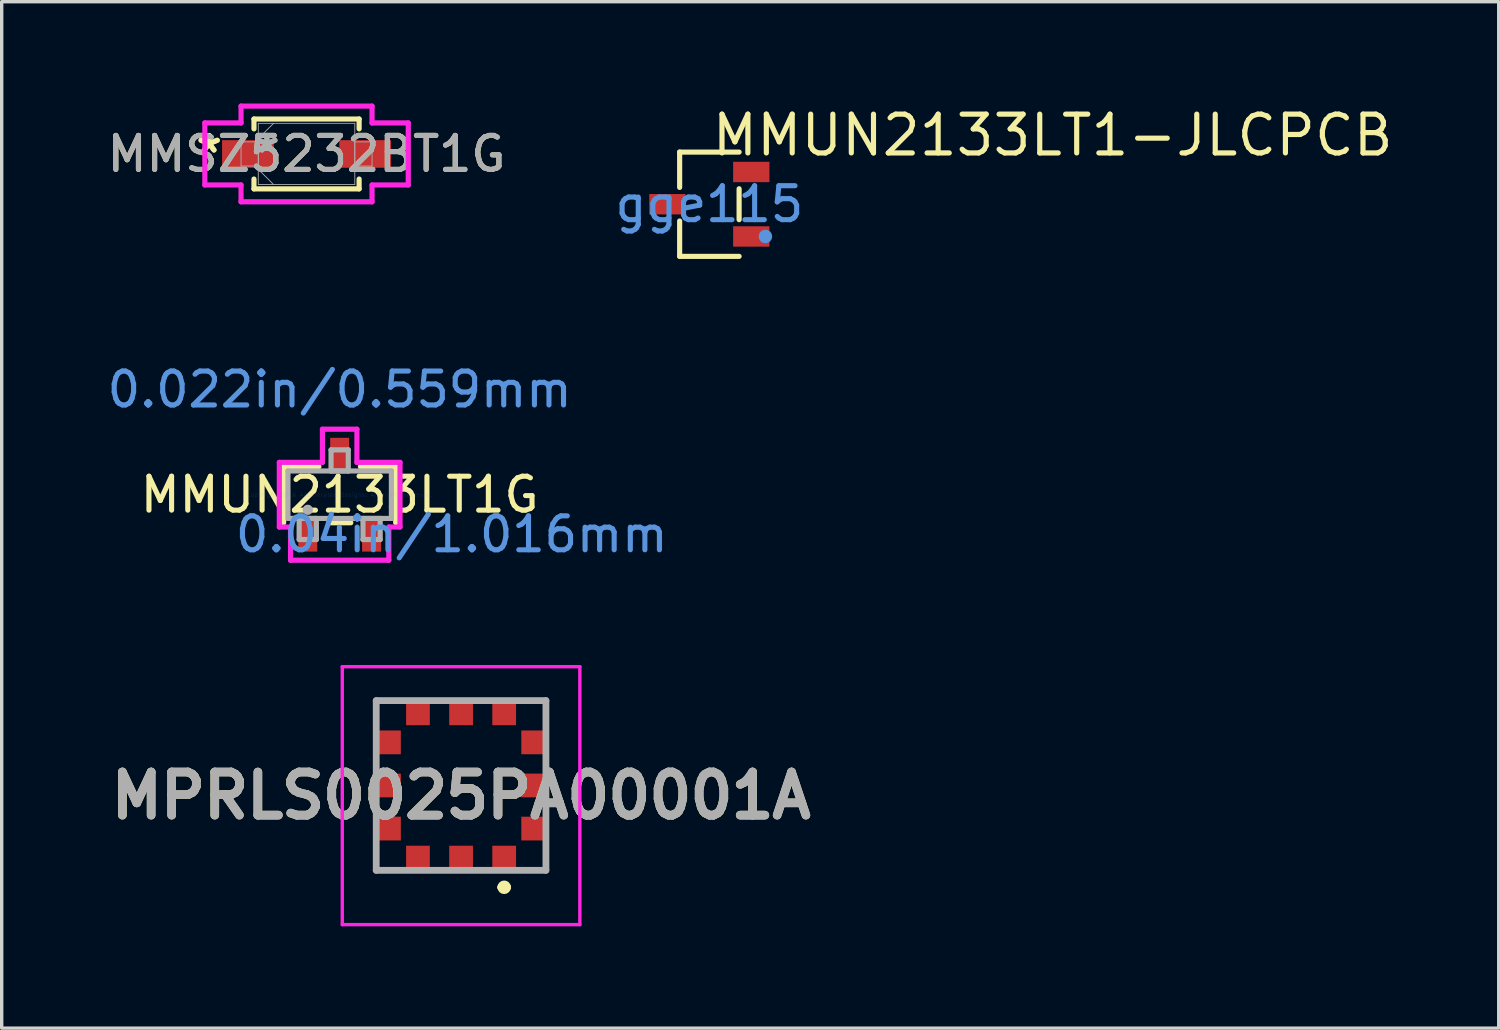
<source format=kicad_pcb>
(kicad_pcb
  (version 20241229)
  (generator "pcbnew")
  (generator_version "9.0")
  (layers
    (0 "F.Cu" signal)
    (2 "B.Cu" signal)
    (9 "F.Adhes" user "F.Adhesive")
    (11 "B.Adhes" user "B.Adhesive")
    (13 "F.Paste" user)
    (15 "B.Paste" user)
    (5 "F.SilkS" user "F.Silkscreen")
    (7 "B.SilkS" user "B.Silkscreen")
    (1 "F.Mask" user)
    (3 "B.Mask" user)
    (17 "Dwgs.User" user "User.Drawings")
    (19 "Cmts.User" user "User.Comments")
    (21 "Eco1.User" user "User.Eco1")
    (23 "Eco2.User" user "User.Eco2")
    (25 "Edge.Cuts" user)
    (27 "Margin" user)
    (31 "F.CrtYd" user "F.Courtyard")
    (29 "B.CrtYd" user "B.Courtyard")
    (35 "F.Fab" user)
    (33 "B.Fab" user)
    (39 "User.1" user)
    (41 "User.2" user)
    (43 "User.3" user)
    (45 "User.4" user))
  (footprint "MMUN2133LT1G"
    (layer "F.Cu")
    (at 6.958 11.526)
    (property "Reference" "MMUN2133LT1G" (at 0 0 0) (layer "F.SilkS") (effects (font (size 1 1) (thickness 0.15))))
    (attr through_hole)
    (fp_line (start -1.651 -0.826) (end -1.651 0.826) (stroke (width 0.152) (type solid)) (layer "F.SilkS"))
    (fp_line (start -0.612 -0.826) (end -1.651 -0.826) (stroke (width 0.152) (type solid)) (layer "F.SilkS"))
    (fp_line (start -0.328 0.826) (end 0.328 0.826) (stroke (width 0.152) (type solid)) (layer "F.SilkS"))
    (fp_line (start 1.651 -0.826) (end 0.612 -0.826) (stroke (width 0.152) (type solid)) (layer "F.SilkS"))
    (fp_line (start 1.651 0.826) (end 1.651 -0.826) (stroke (width 0.152) (type solid)) (layer "F.SilkS"))
    (fp_line (start -1.778 -0.953) (end -0.508 -0.953) (stroke (width 0.152) (type solid)) (layer "F.CrtYd"))
    (fp_line (start -1.778 0.953) (end -1.778 -0.953) (stroke (width 0.152) (type solid)) (layer "F.CrtYd"))
    (fp_line (start -1.778 0.953) (end -1.448 0.953) (stroke (width 0.152) (type solid)) (layer "F.CrtYd"))
    (fp_line (start -1.448 0.953) (end -1.448 1.93) (stroke (width 0.152) (type solid)) (layer "F.CrtYd"))
    (fp_line (start -1.448 1.93) (end 1.448 1.93) (stroke (width 0.152) (type solid)) (layer "F.CrtYd"))
    (fp_line (start -0.508 -1.93) (end 0.508 -1.93) (stroke (width 0.152) (type solid)) (layer "F.CrtYd"))
    (fp_line (start -0.508 -0.953) (end -0.508 -1.93) (stroke (width 0.152) (type solid)) (layer "F.CrtYd"))
    (fp_line (start 0.508 -0.953) (end 0.508 -1.93) (stroke (width 0.152) (type solid)) (layer "F.CrtYd"))
    (fp_line (start 1.448 0.953) (end 1.448 1.93) (stroke (width 0.152) (type solid)) (layer "F.CrtYd"))
    (fp_line (start 1.778 -0.953) (end 0.508 -0.953) (stroke (width 0.152) (type solid)) (layer "F.CrtYd"))
    (fp_line (start 1.778 -0.953) (end 1.778 0.953) (stroke (width 0.152) (type solid)) (layer "F.CrtYd"))
    (fp_line (start 1.778 0.953) (end 1.448 0.953) (stroke (width 0.152) (type solid)) (layer "F.CrtYd"))
    (fp_line (start -1.524 -0.699) (end -1.524 0.699) (stroke (width 0.152) (type solid)) (layer "F.Fab"))
    (fp_line (start -1.524 0.699) (end 1.524 0.699) (stroke (width 0.152) (type solid)) (layer "F.Fab"))
    (fp_line (start -1.194 0.699) (end -1.194 1.321) (stroke (width 0.152) (type solid)) (layer "F.Fab"))
    (fp_line (start -1.194 1.321) (end -0.686 1.321) (stroke (width 0.152) (type solid)) (layer "F.Fab"))
    (fp_line (start -0.686 0.699) (end -1.194 0.699) (stroke (width 0.152) (type solid)) (layer "F.Fab"))
    (fp_line (start -0.686 1.321) (end -0.686 0.699) (stroke (width 0.152) (type solid)) (layer "F.Fab"))
    (fp_line (start -0.254 -1.321) (end -0.254 -0.699) (stroke (width 0.152) (type solid)) (layer "F.Fab"))
    (fp_line (start -0.254 -0.699) (end 0.254 -0.699) (stroke (width 0.152) (type solid)) (layer "F.Fab"))
    (fp_line (start 0.254 -1.321) (end -0.254 -1.321) (stroke (width 0.152) (type solid)) (layer "F.Fab"))
    (fp_line (start 0.254 -0.699) (end 0.254 -1.321) (stroke (width 0.152) (type solid)) (layer "F.Fab"))
    (fp_line (start 0.686 0.699) (end 0.686 1.321) (stroke (width 0.152) (type solid)) (layer "F.Fab"))
    (fp_line (start 0.686 1.321) (end 1.194 1.321) (stroke (width 0.152) (type solid)) (layer "F.Fab"))
    (fp_line (start 1.194 0.699) (end 0.686 0.699) (stroke (width 0.152) (type solid)) (layer "F.Fab"))
    (fp_line (start 1.194 1.321) (end 1.194 0.699) (stroke (width 0.152) (type solid)) (layer "F.Fab"))
    (fp_line (start 1.524 -0.699) (end -1.524 -0.699) (stroke (width 0.152) (type solid)) (layer "F.Fab"))
    (fp_line (start 1.524 0.699) (end 1.524 -0.699) (stroke (width 0.152) (type solid)) (layer "F.Fab"))
    (fp_circle (center -0.94 0.445) (end -0.94 0.445) (stroke (width 0.152) (type solid)) (fill no) (layer "F.Fab"))
    (fp_text user "0.022in/0.559mm" (at 0 -3.099 0) (layer "Cmts.User") (effects (font (size 1 1) (thickness 0.15))))
    (fp_text user "Copyright 2016 Accelerated Designs. All rights reserved." (at 0 0 0) (layer "Cmts.User") (effects (font (size 0.127 0.127) (thickness 0.002))))
    (fp_text user "0.04in/1.016mm" (at 3.302 1.168 0) (layer "Cmts.User") (effects (font (size 1 1) (thickness 0.15))))
    (pad "1" smd rect (at -0.94 1.168) (size 0.559 1.016) (layers "F.Cu" "F.Mask" "F.Paste"))
    (pad "2" smd rect (at 0.94 1.168) (size 0.559 1.016) (layers "F.Cu" "F.Mask" "F.Paste"))
    (pad "3" smd rect (at 0 -1.168) (size 0.559 1.016) (layers "F.Cu" "F.Mask" "F.Paste")))
  (footprint "MPRLS0025PA00001A"
    (layer "F.Cu")
    (at 10.535 20.093)
    (property "Reference" "MPRLS0025PA00001A" (at 0 0.3 0) (layer "F.SilkS") (effects (font (size 1.27 1.27) (thickness 0.254))))
    (attr smd)
    (fp_line (start -2.5 -2.5) (end -2.5 -1.9) (stroke (width 0.1) (type solid)) (layer "F.SilkS"))
    (fp_line (start -2.5 2.5) (end -2.5 1.9) (stroke (width 0.1) (type solid)) (layer "F.SilkS"))
    (fp_line (start -1.9 -2.5) (end -2.5 -2.5) (stroke (width 0.1) (type solid)) (layer "F.SilkS"))
    (fp_line (start -1.9 2.5) (end -2.5 2.5) (stroke (width 0.1) (type solid)) (layer "F.SilkS"))
    (fp_line (start 1.17 3) (end 1.17 3) (stroke (width 0.2) (type solid)) (layer "F.SilkS"))
    (fp_line (start 1.37 3) (end 1.37 3) (stroke (width 0.2) (type solid)) (layer "F.SilkS"))
    (fp_line (start 2.5 -2.5) (end 1.9 -2.5) (stroke (width 0.1) (type solid)) (layer "F.SilkS"))
    (fp_line (start 2.5 -1.9) (end 2.5 -2.5) (stroke (width 0.1) (type solid)) (layer "F.SilkS"))
    (fp_line (start 2.5 1.9) (end 2.5 2.5) (stroke (width 0.1) (type solid)) (layer "F.SilkS"))
    (fp_line (start 2.5 2.5) (end 1.9 2.5) (stroke (width 0.1) (type solid)) (layer "F.SilkS"))
    (fp_arc (start 1.17 3) (mid 1.27 2.9) (end 1.37 3) (stroke (width 0.2) (type solid)) (layer "F.SilkS"))
    (fp_arc (start 1.37 3) (mid 1.27 3.1) (end 1.17 3) (stroke (width 0.2) (type solid)) (layer "F.SilkS"))
    (fp_line (start -3.5 -3.5) (end -3.5 4.1) (stroke (width 0.1) (type solid)) (layer "F.CrtYd"))
    (fp_line (start -3.5 4.1) (end 3.5 4.1) (stroke (width 0.1) (type solid)) (layer "F.CrtYd"))
    (fp_line (start 3.5 -3.5) (end -3.5 -3.5) (stroke (width 0.1) (type solid)) (layer "F.CrtYd"))
    (fp_line (start 3.5 4.1) (end 3.5 -3.5) (stroke (width 0.1) (type solid)) (layer "F.CrtYd"))
    (fp_line (start -2.5 -2.5) (end -2.5 2.5) (stroke (width 0.2) (type solid)) (layer "F.Fab"))
    (fp_line (start -2.5 2.5) (end 2.5 2.5) (stroke (width 0.2) (type solid)) (layer "F.Fab"))
    (fp_line (start 2.5 -2.5) (end -2.5 -2.5) (stroke (width 0.2) (type solid)) (layer "F.Fab"))
    (fp_line (start 2.5 2.5) (end 2.5 -2.5) (stroke (width 0.2) (type solid)) (layer "F.Fab"))
    (fp_text user "${REFERENCE}" (at 0 0.3 0) (layer "F.Fab") (effects (font (size 1.27 1.27) (thickness 0.254))))
    (pad "1" smd rect (at 1.27 2.1 90) (size 0.65 0.7) (layers "F.Cu" "F.Mask" "F.Paste"))
    (pad "2" smd rect (at 0 2.1 90) (size 0.65 0.7) (layers "F.Cu" "F.Mask" "F.Paste"))
    (pad "3" smd rect (at -1.27 2.1 90) (size 0.65 0.7) (layers "F.Cu" "F.Mask" "F.Paste"))
    (pad "4" smd rect (at -2.1 1.27) (size 0.65 0.7) (layers "F.Cu" "F.Mask" "F.Paste"))
    (pad "5" smd rect (at -2.1 0) (size 0.65 0.7) (layers "F.Cu" "F.Mask" "F.Paste"))
    (pad "6" smd rect (at -2.1 -1.27) (size 0.65 0.7) (layers "F.Cu" "F.Mask" "F.Paste"))
    (pad "7" smd rect (at -1.27 -2.1 90) (size 0.65 0.7) (layers "F.Cu" "F.Mask" "F.Paste"))
    (pad "8" smd rect (at 0 -2.1 90) (size 0.65 0.7) (layers "F.Cu" "F.Mask" "F.Paste"))
    (pad "9" smd rect (at 1.27 -2.1 90) (size 0.65 0.7) (layers "F.Cu" "F.Mask" "F.Paste"))
    (pad "10" smd rect (at 2.1 -1.27) (size 0.65 0.7) (layers "F.Cu" "F.Mask" "F.Paste"))
    (pad "11" smd rect (at 2.1 0) (size 0.65 0.7) (layers "F.Cu" "F.Mask" "F.Paste"))
    (pad "12" smd rect (at 2.1 1.27) (size 0.65 0.7) (layers "F.Cu" "F.Mask" "F.Paste")))
  (footprint "MMUN2133LT1-JLCPCB"
    (layer "F.Cu")
    (at 17.851 2.967)
    (property "Reference" "MMUN2133LT1-JLCPCB" (at 0 -2.032 0) (layer "F.SilkS") (effects (font (size 1.143 1.143) (thickness 0.152)) (justify left)))
    (attr smd)
    (fp_line (start -0.876 -1.536) (end -0.876 -0.495) (stroke (width 0.152) (type solid)) (layer "F.SilkS"))
    (fp_line (start -0.876 1.536) (end -0.876 0.495) (stroke (width 0.152) (type solid)) (layer "F.SilkS"))
    (fp_line (start 0.876 -1.536) (end -0.876 -1.536) (stroke (width 0.152) (type solid)) (layer "F.SilkS"))
    (fp_line (start 0.876 -0.455) (end 0.876 0.455) (stroke (width 0.152) (type solid)) (layer "F.SilkS"))
    (fp_line (start 0.876 1.536) (end -0.876 1.536) (stroke (width 0.152) (type solid)) (layer "F.SilkS"))
    (fp_circle (center 1.651 0.95) (end 1.751 0.95) (stroke (width 0.2) (type solid)) (fill no) (layer "Cmts.User"))
    (fp_text user "gge115" (at 0 0 0) (layer "Cmts.User") (effects (font (size 1 1) (thickness 0.15))))
    (pad "1" smd rect (at 1.235 0.95) (size 1.07 0.6) (layers "F.Cu" "F.Mask" "F.Paste"))
    (pad "2" smd rect (at 1.235 -0.95) (size 1.07 0.6) (layers "F.Cu" "F.Mask" "F.Paste"))
    (pad "3" smd rect (at -1.235 0) (size 1.07 0.6) (layers "F.Cu" "F.Mask" "F.Paste")))
  (footprint "MMSZ5232BT1G"
    (layer "F.Cu")
    (at 5.982 1.486)
    (property "Reference" "MMSZ5232BT1G" (at 0 0 0) (unlocked yes) (layer "F.SilkS") (effects (font (size 1 1) (thickness 0.15))))
    (attr smd)
    (fp_line (start -1.549 -1.029) (end -1.549 -0.739) (stroke (width 0.152) (type solid)) (layer "F.SilkS"))
    (fp_line (start -1.549 0.739) (end -1.549 1.029) (stroke (width 0.152) (type solid)) (layer "F.SilkS"))
    (fp_line (start -1.549 1.029) (end 1.549 1.029) (stroke (width 0.152) (type solid)) (layer "F.SilkS"))
    (fp_line (start 1.549 -1.029) (end -1.549 -1.029) (stroke (width 0.152) (type solid)) (layer "F.SilkS"))
    (fp_line (start 1.549 -0.739) (end 1.549 -1.029) (stroke (width 0.152) (type solid)) (layer "F.SilkS"))
    (fp_line (start 1.549 1.029) (end 1.549 0.739) (stroke (width 0.152) (type solid)) (layer "F.SilkS"))
    (fp_line (start -2.997 -0.914) (end -1.93 -0.914) (stroke (width 0.152) (type solid)) (layer "F.CrtYd"))
    (fp_line (start -2.997 0.914) (end -2.997 -0.914) (stroke (width 0.152) (type solid)) (layer "F.CrtYd"))
    (fp_line (start -1.93 -1.41) (end 1.93 -1.41) (stroke (width 0.152) (type solid)) (layer "F.CrtYd"))
    (fp_line (start -1.93 -0.914) (end -1.93 -1.41) (stroke (width 0.152) (type solid)) (layer "F.CrtYd"))
    (fp_line (start -1.93 0.914) (end -2.997 0.914) (stroke (width 0.152) (type solid)) (layer "F.CrtYd"))
    (fp_line (start -1.93 1.41) (end -1.93 0.914) (stroke (width 0.152) (type solid)) (layer "F.CrtYd"))
    (fp_line (start 1.93 -1.41) (end 1.93 -0.914) (stroke (width 0.152) (type solid)) (layer "F.CrtYd"))
    (fp_line (start 1.93 -0.914) (end 2.997 -0.914) (stroke (width 0.152) (type solid)) (layer "F.CrtYd"))
    (fp_line (start 1.93 0.914) (end 1.93 1.41) (stroke (width 0.152) (type solid)) (layer "F.CrtYd"))
    (fp_line (start 1.93 1.41) (end -1.93 1.41) (stroke (width 0.152) (type solid)) (layer "F.CrtYd"))
    (fp_line (start 2.997 -0.914) (end 2.997 0.914) (stroke (width 0.152) (type solid)) (layer "F.CrtYd"))
    (fp_line (start 2.997 0.914) (end 1.93 0.914) (stroke (width 0.152) (type solid)) (layer "F.CrtYd"))
    (fp_line (start -1.93 -0.356) (end -1.93 0.356) (stroke (width 0.025) (type solid)) (layer "F.Fab"))
    (fp_line (start -1.93 0.356) (end -1.422 0.356) (stroke (width 0.025) (type solid)) (layer "F.Fab"))
    (fp_line (start -1.422 -0.902) (end -1.422 0.902) (stroke (width 0.025) (type solid)) (layer "F.Fab"))
    (fp_line (start -1.422 -0.451) (end -0.972 -0.902) (stroke (width 0.025) (type solid)) (layer "F.Fab"))
    (fp_line (start -1.422 -0.356) (end -1.93 -0.356) (stroke (width 0.025) (type solid)) (layer "F.Fab"))
    (fp_line (start -1.422 0.356) (end -1.422 -0.356) (stroke (width 0.025) (type solid)) (layer "F.Fab"))
    (fp_line (start -1.422 0.451) (end -0.972 0.902) (stroke (width 0.025) (type solid)) (layer "F.Fab"))
    (fp_line (start -1.422 0.902) (end 1.422 0.902) (stroke (width 0.025) (type solid)) (layer "F.Fab"))
    (fp_line (start 1.422 -0.902) (end -1.422 -0.902) (stroke (width 0.025) (type solid)) (layer "F.Fab"))
    (fp_line (start 1.422 -0.356) (end 1.422 0.356) (stroke (width 0.025) (type solid)) (layer "F.Fab"))
    (fp_line (start 1.422 0.356) (end 1.93 0.356) (stroke (width 0.025) (type solid)) (layer "F.Fab"))
    (fp_line (start 1.422 0.902) (end 1.422 -0.902) (stroke (width 0.025) (type solid)) (layer "F.Fab"))
    (fp_line (start 1.93 -0.356) (end 1.422 -0.356) (stroke (width 0.025) (type solid)) (layer "F.Fab"))
    (fp_line (start 1.93 0.356) (end 1.93 -0.356) (stroke (width 0.025) (type solid)) (layer "F.Fab"))
    (fp_text user "*" (at -2.87 0 0) (unlocked yes) (layer "F.SilkS") (effects (font (size 1 1) (thickness 0.15))))
    (fp_text user "*" (at -2.87 0 0) (layer "F.SilkS") (effects (font (size 1 1) (thickness 0.15))))
    (fp_text user "${REFERENCE}" (at 0 0 0) (unlocked yes) (layer "F.Fab") (effects (font (size 1 1) (thickness 0.15))))
    (fp_text user "*" (at -1.168 0 0) (layer "F.Fab") (effects (font (size 1 1) (thickness 0.15))))
    (fp_text user "*" (at -1.168 0 0) (unlocked yes) (layer "F.Fab") (effects (font (size 1 1) (thickness 0.15))))
    (pad "1" smd rect (at -1.727 0) (size 1.524 0.813) (layers "F.Cu" "F.Mask" "F.Paste"))
    (pad "2" smd rect (at 1.727 0) (size 1.524 0.813) (layers "F.Cu" "F.Mask" "F.Paste")))
  (gr_rect
    (start -3 -3)
    (end 41.108 27.243)
    (stroke (width 0.1) (type default))
    (fill no)
    (layer "Edge.Cuts")))
</source>
